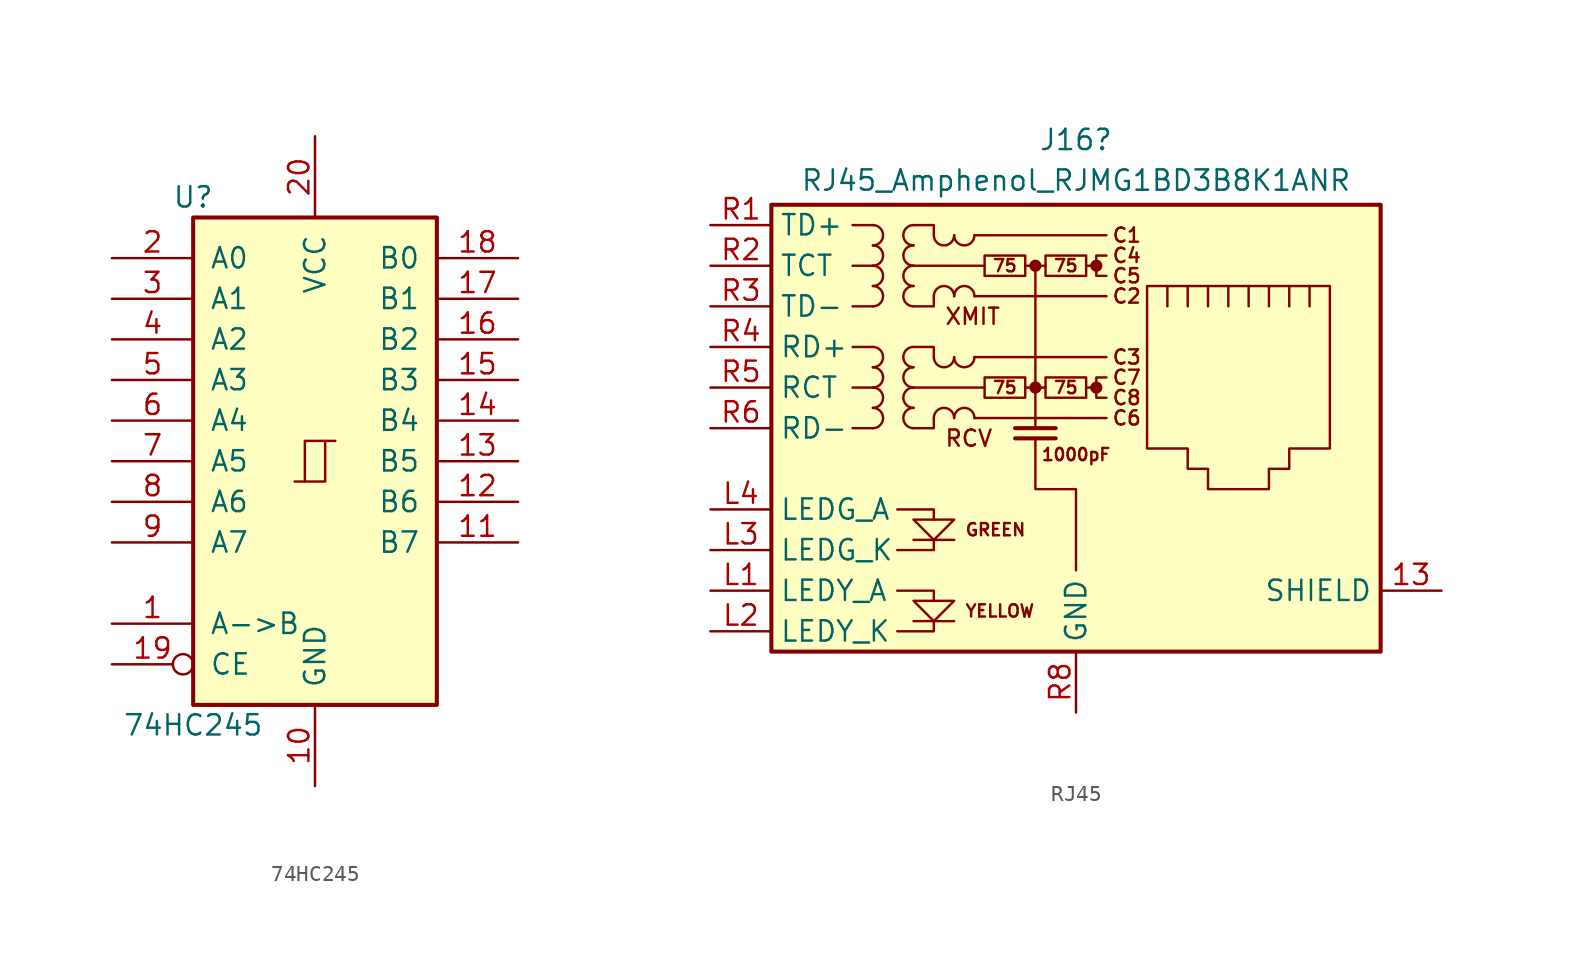
<source format=kicad_sym>
(kicad_symbol_lib
  (version 20220914)
  (generator kicad_symbol_editor)
  (symbol "74HC245"
    (pin_names
      (offset 1.016))
    (property "Reference" "U"
      (at -7.62 16.51 0)
      (effects (font (size 1.27 1.27))))
    (property "Value" "74HC245"
      (at -7.62 -16.51 0)
      (effects (font (size 1.27 1.27))))
    (property "ki_locked" ""
      (at 0 0 0)
      (effects (font (size 1.27 1.27))))
    (symbol "74HC245_1_0"
      (polyline (pts (xy -0.635 -1.27) (xy -0.635 1.27) (xy 0.635 1.27)) (stroke (width 0) (type default)) (fill (type none)))
      (polyline (pts (xy -1.27 -1.27) (xy 0.635 -1.27) (xy 0.635 1.27) (xy 1.27 1.27)) (stroke (width 0) (type default)) (fill (type none)))
      (pin input line (at -12.7 -10.16 0) (length 5.08) (name "A->B" (effects (font (size 1.27 1.27)))) (number "1" (effects (font (size 1.27 1.27)))))
      (pin power_in line (at 0 -20.32 90) (length 5.08) (name "GND" (effects (font (size 1.27 1.27)))) (number "10" (effects (font (size 1.27 1.27)))))
      (pin tri_state line (at 12.7 -5.08 180) (length 5.08) (name "B7" (effects (font (size 1.27 1.27)))) (number "11" (effects (font (size 1.27 1.27)))))
      (pin tri_state line (at 12.7 -2.54 180) (length 5.08) (name "B6" (effects (font (size 1.27 1.27)))) (number "12" (effects (font (size 1.27 1.27)))))
      (pin tri_state line (at 12.7 0 180) (length 5.08) (name "B5" (effects (font (size 1.27 1.27)))) (number "13" (effects (font (size 1.27 1.27)))))
      (pin tri_state line (at 12.7 2.54 180) (length 5.08) (name "B4" (effects (font (size 1.27 1.27)))) (number "14" (effects (font (size 1.27 1.27)))))
      (pin tri_state line (at 12.7 5.08 180) (length 5.08) (name "B3" (effects (font (size 1.27 1.27)))) (number "15" (effects (font (size 1.27 1.27)))))
      (pin tri_state line (at 12.7 7.62 180) (length 5.08) (name "B2" (effects (font (size 1.27 1.27)))) (number "16" (effects (font (size 1.27 1.27)))))
      (pin tri_state line (at 12.7 10.16 180) (length 5.08) (name "B1" (effects (font (size 1.27 1.27)))) (number "17" (effects (font (size 1.27 1.27)))))
      (pin tri_state line (at 12.7 12.7 180) (length 5.08) (name "B0" (effects (font (size 1.27 1.27)))) (number "18" (effects (font (size 1.27 1.27)))))
      (pin input inverted (at -12.7 -12.7 0) (length 5.08) (name "CE" (effects (font (size 1.27 1.27)))) (number "19" (effects (font (size 1.27 1.27)))))
      (pin tri_state line (at -12.7 12.7 0) (length 5.08) (name "A0" (effects (font (size 1.27 1.27)))) (number "2" (effects (font (size 1.27 1.27)))))
      (pin power_in line (at 0 20.32 270) (length 5.08) (name "VCC" (effects (font (size 1.27 1.27)))) (number "20" (effects (font (size 1.27 1.27)))))
      (pin tri_state line (at -12.7 10.16 0) (length 5.08) (name "A1" (effects (font (size 1.27 1.27)))) (number "3" (effects (font (size 1.27 1.27)))))
      (pin tri_state line (at -12.7 7.62 0) (length 5.08) (name "A2" (effects (font (size 1.27 1.27)))) (number "4" (effects (font (size 1.27 1.27)))))
      (pin tri_state line (at -12.7 5.08 0) (length 5.08) (name "A3" (effects (font (size 1.27 1.27)))) (number "5" (effects (font (size 1.27 1.27)))))
      (pin tri_state line (at -12.7 2.54 0) (length 5.08) (name "A4" (effects (font (size 1.27 1.27)))) (number "6" (effects (font (size 1.27 1.27)))))
      (pin tri_state line (at -12.7 0 0) (length 5.08) (name "A5" (effects (font (size 1.27 1.27)))) (number "7" (effects (font (size 1.27 1.27)))))
      (pin tri_state line (at -12.7 -2.54 0) (length 5.08) (name "A6" (effects (font (size 1.27 1.27)))) (number "8" (effects (font (size 1.27 1.27)))))
      (pin tri_state line (at -12.7 -5.08 0) (length 5.08) (name "A7" (effects (font (size 1.27 1.27)))) (number "9" (effects (font (size 1.27 1.27))))))
    (symbol "74HC245_1_1"
      (rectangle (start -7.62 15.24) (end 7.62 -15.24) (stroke (width 0.254) (type default)) (fill (type background)))))
  (symbol "RJ45"
    (property "Reference" "J16"
      (at 0 18.034 0)
      (effects (font (size 1.27 1.27))))
    (property "Value" "RJ45_Amphenol_RJMG1BD3B8K1ANR"
      (at 0 15.494 0)
      (effects (font (size 1.27 1.27))))
    (symbol "RJ45_0_0"
      (circle (center -2.54 2.54) (radius 0.254) (stroke (width 0.254) (type default)) (fill (type outline)))
      (circle (center -2.54 10.16) (radius 0.254) (stroke (width 0.254) (type default)) (fill (type outline)))
      (polyline (pts (xy -7.62 -12.065) (xy -10.16 -12.065)) (stroke (width 0) (type default)) (fill (type none)))
      (polyline (pts (xy -7.62 -6.985) (xy -10.16 -6.985)) (stroke (width 0) (type default)) (fill (type none)))
      (polyline (pts (xy -2.54 10.16) (xy -2.54 0)) (stroke (width 0) (type default)) (fill (type none)))
      (polyline (pts (xy -1.27 -0.635) (xy -3.81 -0.635)) (stroke (width 0.254) (type default)) (fill (type none)))
      (polyline (pts (xy -1.27 0) (xy -3.81 0)) (stroke (width 0.254) (type default)) (fill (type none)))
      (polyline (pts (xy 1.27 2.54) (xy 0.635 2.54)) (stroke (width 0) (type default)) (fill (type none)))
      (polyline (pts (xy 1.27 10.16) (xy 0.635 10.16)) (stroke (width 0) (type default)) (fill (type none)))
      (polyline (pts (xy -11.176 -12.7) (xy -8.89 -12.7) (xy -8.89 -12.065)) (stroke (width 0) (type default)) (fill (type none)))
      (polyline (pts (xy -11.176 -10.16) (xy -8.89 -10.16) (xy -8.89 -10.795)) (stroke (width 0) (type default)) (fill (type none)))
      (polyline (pts (xy -11.176 -5.08) (xy -8.89 -5.08) (xy -8.89 -5.715)) (stroke (width 0) (type default)) (fill (type none)))
      (polyline (pts (xy -8.89 -6.985) (xy -8.89 -7.62) (xy -11.176 -7.62)) (stroke (width 0) (type default)) (fill (type none)))
      (polyline (pts (xy -10.16 -5.715) (xy -7.62 -5.715) (xy -8.89 -6.985) (xy -10.16 -5.715)) (stroke (width 0) (type default)) (fill (type none)))
      (polyline (pts (xy -7.62 -10.795) (xy -10.16 -10.795) (xy -8.89 -12.065) (xy -7.62 -10.795)) (stroke (width 0) (type default)) (fill (type none)))
      (polyline (pts (xy -2.54 -0.635) (xy -2.54 -3.81) (xy 0 -3.81) (xy 0 -8.89)) (stroke (width 0) (type default)) (fill (type none)))
      (polyline (pts (xy 1.905 3.175) (xy 1.27 3.175) (xy 1.27 1.905) (xy 1.905 1.905)) (stroke (width 0) (type default)) (fill (type none)))
      (polyline (pts (xy 1.905 10.795) (xy 1.27 10.795) (xy 1.27 9.525) (xy 1.905 9.525)) (stroke (width 0) (type default)) (fill (type none)))
      (circle (center 1.27 2.54) (radius 0.254) (stroke (width 0.254) (type default)) (fill (type outline)))
      (circle (center 1.27 10.16) (radius 0.254) (stroke (width 0.254) (type default)) (fill (type outline)))
      (text "1000pF" (at 0 -1.651 0) (effects (font (size 0.762 0.762))))
      (text "75" (at -4.445 2.54 0) (effects (font (size 0.762 0.762))))
      (text "75" (at -4.445 10.16 0) (effects (font (size 0.762 0.762))))
      (text "75" (at -0.635 2.54 0) (effects (font (size 0.762 0.762))))
      (text "75" (at -0.635 10.16 0) (effects (font (size 0.762 0.762))))
      (text "C1" (at 3.175 12.065 0) (effects (font (size 0.889 0.889))))
      (text "C2" (at 3.175 8.255 0) (effects (font (size 0.889 0.889))))
      (text "C3" (at 3.175 4.445 0) (effects (font (size 0.889 0.889))))
      (text "C4" (at 3.175 10.795 0) (effects (font (size 0.889 0.889))))
      (text "C5" (at 3.175 9.525 0) (effects (font (size 0.889 0.889))))
      (text "C6" (at 3.175 0.635 0) (effects (font (size 0.889 0.889))))
      (text "C7" (at 3.175 3.175 0) (effects (font (size 0.889 0.889))))
      (text "C8" (at 3.175 1.905 0) (effects (font (size 0.889 0.889))))
      (text "GREEN" (at -6.985 -6.35 0) (effects (font (size 0.762 0.762)) (justify left)))
      (text "RCV" (at -8.255 -0.635 0) (effects (font (size 1.016 1.016)) (justify left)))
      (text "XMIT" (at -8.255 6.985 0) (effects (font (size 1.016 1.016)) (justify left)))
      (text "YELLOW" (at -6.985 -11.43 0) (effects (font (size 0.762 0.762)) (justify left))))
    (symbol "RJ45_0_1"
      (rectangle (start -19.05 -13.97) (end 19.05 13.97) (stroke (width 0.254) (type default)) (fill (type background)))
      (arc (start -12.7 0) (mid -12.0677 0.635) (end -12.7 1.27) (stroke (width 0) (type default)) (fill (type none)))
      (arc (start -12.7 1.27) (mid -12.0677 1.905) (end -12.7 2.54) (stroke (width 0) (type default)) (fill (type none)))
      (arc (start -12.7 2.54) (mid -12.0677 3.175) (end -12.7 3.81) (stroke (width 0) (type default)) (fill (type none)))
      (arc (start -12.7 3.81) (mid -12.0677 4.445) (end -12.7 5.08) (stroke (width 0) (type default)) (fill (type none)))
      (arc (start -12.7 7.62) (mid -12.0677 8.255) (end -12.7 8.89) (stroke (width 0) (type default)) (fill (type none)))
      (arc (start -12.7 8.89) (mid -12.0677 9.525) (end -12.7 10.16) (stroke (width 0) (type default)) (fill (type none)))
      (arc (start -12.7 10.16) (mid -12.0677 10.795) (end -12.7 11.43) (stroke (width 0) (type default)) (fill (type none)))
      (arc (start -12.7 11.43) (mid -12.0677 12.065) (end -12.7 12.7) (stroke (width 0) (type default)) (fill (type none)))
      (arc (start -10.16 1.27) (mid -10.7923 0.635) (end -10.16 0) (stroke (width 0) (type default)) (fill (type none)))
      (arc (start -10.16 2.54) (mid -10.7923 1.905) (end -10.16 1.27) (stroke (width 0) (type default)) (fill (type none)))
      (arc (start -10.16 3.81) (mid -10.7923 3.175) (end -10.16 2.54) (stroke (width 0) (type default)) (fill (type none)))
      (arc (start -10.16 5.08) (mid -10.7923 4.445) (end -10.16 3.81) (stroke (width 0) (type default)) (fill (type none)))
      (arc (start -10.16 8.89) (mid -10.7923 8.255) (end -10.16 7.62) (stroke (width 0) (type default)) (fill (type none)))
      (arc (start -10.16 10.16) (mid -10.7923 9.525) (end -10.16 8.89) (stroke (width 0) (type default)) (fill (type none)))
      (arc (start -10.16 11.43) (mid -10.7923 10.795) (end -10.16 10.16) (stroke (width 0) (type default)) (fill (type none)))
      (arc (start -10.16 12.7) (mid -10.7923 12.065) (end -10.16 11.43) (stroke (width 0) (type default)) (fill (type none)))
      (arc (start -8.89 4.445) (mid -8.255 3.8127) (end -7.62 4.445) (stroke (width 0) (type default)) (fill (type none)))
      (arc (start -8.89 12.065) (mid -8.255 11.4327) (end -7.62 12.065) (stroke (width 0) (type default)) (fill (type none)))
      (arc (start -7.62 0.635) (mid -8.255 1.2673) (end -8.89 0.635) (stroke (width 0) (type default)) (fill (type none)))
      (arc (start -7.62 4.445) (mid -6.985 3.8127) (end -6.35 4.445) (stroke (width 0) (type default)) (fill (type none)))
      (arc (start -7.62 8.255) (mid -8.255 8.8873) (end -8.89 8.255) (stroke (width 0) (type default)) (fill (type none)))
      (arc (start -7.62 12.065) (mid -6.985 11.4327) (end -6.35 12.065) (stroke (width 0) (type default)) (fill (type none)))
      (arc (start -6.35 0.635) (mid -6.985 1.2673) (end -7.62 0.635) (stroke (width 0) (type default)) (fill (type none)))
      (arc (start -6.35 8.255) (mid -6.985 8.8873) (end -7.62 8.255) (stroke (width 0) (type default)) (fill (type none)))
      (rectangle (start -5.715 3.175) (end -3.175 1.905) (stroke (width 0) (type default)) (fill (type none)))
      (rectangle (start -5.715 10.795) (end -3.175 9.525) (stroke (width 0) (type default)) (fill (type none)))
      (rectangle (start -1.905 3.175) (end 0.635 1.905) (stroke (width 0) (type default)) (fill (type none)))
      (rectangle (start -1.905 10.795) (end 0.635 9.525) (stroke (width 0) (type default)) (fill (type none)))
      (polyline (pts (xy -12.7 0) (xy -13.97 0)) (stroke (width 0) (type default)) (fill (type none)))
      (polyline (pts (xy -12.7 2.54) (xy -13.97 2.54)) (stroke (width 0) (type default)) (fill (type none)))
      (polyline (pts (xy -12.7 5.08) (xy -13.97 5.08)) (stroke (width 0) (type default)) (fill (type none)))
      (polyline (pts (xy -12.7 7.62) (xy -13.97 7.62)) (stroke (width 0) (type default)) (fill (type none)))
      (polyline (pts (xy -12.7 10.16) (xy -13.97 10.16)) (stroke (width 0) (type default)) (fill (type none)))
      (polyline (pts (xy -12.7 12.7) (xy -13.97 12.7)) (stroke (width 0) (type default)) (fill (type none)))
      (polyline (pts (xy -6.35 0.635) (xy 1.905 0.635)) (stroke (width 0) (type default)) (fill (type none)))
      (polyline (pts (xy -6.35 4.445) (xy 1.905 4.445)) (stroke (width 0) (type default)) (fill (type none)))
      (polyline (pts (xy -6.35 8.255) (xy 1.905 8.255)) (stroke (width 0) (type default)) (fill (type none)))
      (polyline (pts (xy -6.35 12.065) (xy 1.905 12.065)) (stroke (width 0) (type default)) (fill (type none)))
      (polyline (pts (xy -5.715 2.54) (xy -10.16 2.54)) (stroke (width 0) (type default)) (fill (type none)))
      (polyline (pts (xy -5.715 10.16) (xy -10.16 10.16)) (stroke (width 0) (type default)) (fill (type none)))
      (polyline (pts (xy -3.175 2.54) (xy -1.905 2.54)) (stroke (width 0) (type default)) (fill (type none)))
      (polyline (pts (xy -3.175 10.16) (xy -1.905 10.16)) (stroke (width 0) (type default)) (fill (type none)))
      (polyline (pts (xy 5.715 7.62) (xy 5.715 8.89)) (stroke (width 0) (type default)) (fill (type none)))
      (polyline (pts (xy 6.985 8.89) (xy 6.985 7.62)) (stroke (width 0) (type default)) (fill (type none)))
      (polyline (pts (xy 8.255 8.89) (xy 8.255 7.62)) (stroke (width 0) (type default)) (fill (type none)))
      (polyline (pts (xy 9.525 8.89) (xy 9.525 7.62)) (stroke (width 0) (type default)) (fill (type none)))
      (polyline (pts (xy 10.795 8.89) (xy 10.795 7.62)) (stroke (width 0) (type default)) (fill (type none)))
      (polyline (pts (xy 12.065 8.89) (xy 12.065 7.62)) (stroke (width 0) (type default)) (fill (type none)))
      (polyline (pts (xy 13.335 7.62) (xy 13.335 8.89)) (stroke (width 0) (type default)) (fill (type none)))
      (polyline (pts (xy 14.605 7.62) (xy 14.605 8.89)) (stroke (width 0) (type default)) (fill (type none)))
      (polyline (pts (xy -10.16 5.08) (xy -8.89 5.08) (xy -8.89 4.445)) (stroke (width 0) (type default)) (fill (type none)))
      (polyline (pts (xy -10.16 12.7) (xy -8.89 12.7) (xy -8.89 12.065)) (stroke (width 0) (type default)) (fill (type none)))
      (polyline (pts (xy -8.89 0.635) (xy -8.89 0) (xy -10.16 0)) (stroke (width 0) (type default)) (fill (type none)))
      (polyline (pts (xy -8.89 8.255) (xy -8.89 7.62) (xy -10.16 7.62)) (stroke (width 0) (type default)) (fill (type none)))
      (polyline (pts (xy 4.445 8.89) (xy 15.875 8.89) (xy 15.875 -1.27) (xy 13.335 -1.27) (xy 13.335 -2.54) (xy 12.065 -2.54) (xy 12.065 -3.81) (xy 8.255 -3.81) (xy 8.255 -2.54) (xy 6.985 -2.54) (xy 6.985 -1.27) (xy 4.445 -1.27) (xy 4.445 8.89)) (stroke (width 0) (type default)) (fill (type none))))
    (symbol "RJ45_1_1"
      (pin passive line (at 22.86 -10.16 180) (length 3.81) (name "SHIELD" (effects (font (size 1.27 1.27)))) (number "13" (effects (font (size 1.27 1.27)))))
      (pin passive line (at -22.86 -10.16 0) (length 3.81) (name "LEDY_A" (effects (font (size 1.27 1.27)))) (number "L1" (effects (font (size 1.27 1.27)))))
      (pin passive line (at -22.86 -12.7 0) (length 3.81) (name "LEDY_K" (effects (font (size 1.27 1.27)))) (number "L2" (effects (font (size 1.27 1.27)))))
      (pin passive line (at -22.86 -7.62 0) (length 3.81) (name "LEDG_K" (effects (font (size 1.27 1.27)))) (number "L3" (effects (font (size 1.27 1.27)))))
      (pin passive line (at -22.86 -5.08 0) (length 3.81) (name "LEDG_A" (effects (font (size 1.27 1.27)))) (number "L4" (effects (font (size 1.27 1.27)))))
      (pin passive line (at -22.86 12.7 0) (length 3.81) (name "TD+" (effects (font (size 1.27 1.27)))) (number "R1" (effects (font (size 1.27 1.27)))))
      (pin passive line (at -22.86 10.16 0) (length 3.81) (name "TCT" (effects (font (size 1.27 1.27)))) (number "R2" (effects (font (size 1.27 1.27)))))
      (pin passive line (at -22.86 7.62 0) (length 3.81) (name "TD-" (effects (font (size 1.27 1.27)))) (number "R3" (effects (font (size 1.27 1.27)))))
      (pin passive line (at -22.86 5.08 0) (length 3.81) (name "RD+" (effects (font (size 1.27 1.27)))) (number "R4" (effects (font (size 1.27 1.27)))))
      (pin passive line (at -22.86 2.54 0) (length 3.81) (name "RCT" (effects (font (size 1.27 1.27)))) (number "R5" (effects (font (size 1.27 1.27)))))
      (pin passive line (at -22.86 0 0) (length 3.81) (name "RD-" (effects (font (size 1.27 1.27)))) (number "R6" (effects (font (size 1.27 1.27)))))
      (pin no_connect line (at 5.08 -5.08 0) (length 0) hide (name "NC" (effects (font (size 1.27 1.27)))) (number "R7" (effects (font (size 1.27 1.27)))))
      (pin power_in line (at 0 -17.78 90) (length 3.81) (name "GND" (effects (font (size 1.27 1.27)))) (number "R8" (effects (font (size 1.27 1.27))))))))
</source>
